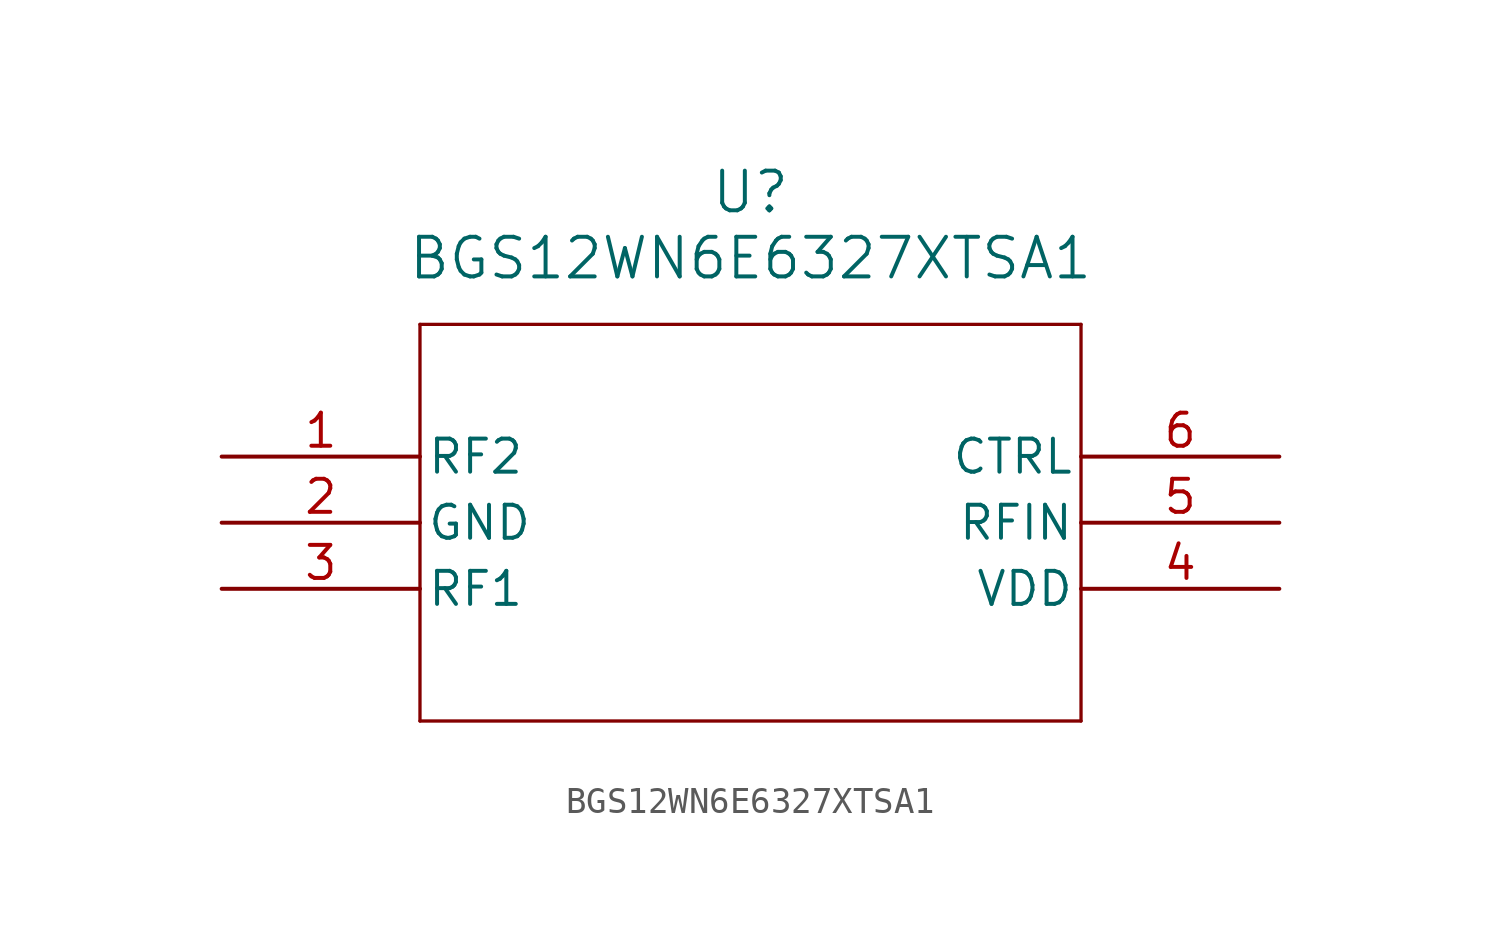
<source format=kicad_sym>
(kicad_symbol_lib
  (version 20211014)
  (generator kicad_symbol_editor)
  (symbol "BGS12WN6E6327XTSA1"
    (pin_names
      (offset 0.254))
    (property "Reference" "U"
      (at 20.32 10.16 0)
      (effects (font (size 1.524 1.524))))
    (property "Value" "BGS12WN6E6327XTSA1"
      (at 20.32 7.62 0)
      (effects (font (size 1.524 1.524))))
    (polyline
      (pts (xy 7.62 5.08) (xy 7.62 -10.16))
      (stroke (width 0.127) (type default) (color 0 0 0 0))
      (fill (type none)))
    (polyline
      (pts (xy 7.62 -10.16) (xy 33.02 -10.16))
      (stroke (width 0.127) (type default) (color 0 0 0 0))
      (fill (type none)))
    (polyline
      (pts (xy 33.02 -10.16) (xy 33.02 5.08))
      (stroke (width 0.127) (type default) (color 0 0 0 0))
      (fill (type none)))
    (polyline
      (pts (xy 33.02 5.08) (xy 7.62 5.08))
      (stroke (width 0.127) (type default) (color 0 0 0 0))
      (fill (type none)))
    (pin bidirectional line
      (at 0 0 0)
      (length 7.62)
      (name "RF2" (effects (font (size 1.27 1.27))))
      (number "1" (effects (font (size 1.27 1.27)))))
    (pin power_in line
      (at 0 -2.54 0)
      (length 7.62)
      (name "GND" (effects (font (size 1.27 1.27))))
      (number "2" (effects (font (size 1.27 1.27)))))
    (pin bidirectional line
      (at 0 -5.08 0)
      (length 7.62)
      (name "RF1" (effects (font (size 1.27 1.27))))
      (number "3" (effects (font (size 1.27 1.27)))))
    (pin power_in line
      (at 40.64 -5.08 180)
      (length 7.62)
      (name "VDD" (effects (font (size 1.27 1.27))))
      (number "4" (effects (font (size 1.27 1.27)))))
    (pin input line
      (at 40.64 -2.54 180)
      (length 7.62)
      (name "RFIN" (effects (font (size 1.27 1.27))))
      (number "5" (effects (font (size 1.27 1.27)))))
    (pin unspecified line
      (at 40.64 0 180)
      (length 7.62)
      (name "CTRL" (effects (font (size 1.27 1.27))))
      (number "6" (effects (font (size 1.27 1.27)))))))
</source>
